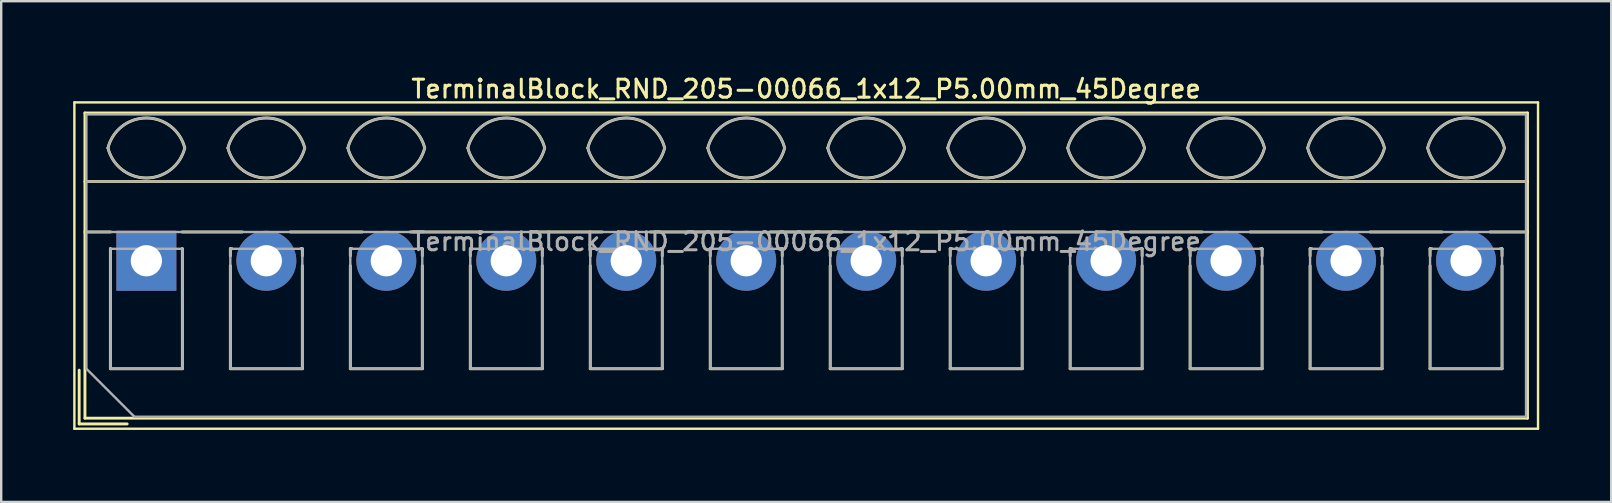
<source format=kicad_pcb>
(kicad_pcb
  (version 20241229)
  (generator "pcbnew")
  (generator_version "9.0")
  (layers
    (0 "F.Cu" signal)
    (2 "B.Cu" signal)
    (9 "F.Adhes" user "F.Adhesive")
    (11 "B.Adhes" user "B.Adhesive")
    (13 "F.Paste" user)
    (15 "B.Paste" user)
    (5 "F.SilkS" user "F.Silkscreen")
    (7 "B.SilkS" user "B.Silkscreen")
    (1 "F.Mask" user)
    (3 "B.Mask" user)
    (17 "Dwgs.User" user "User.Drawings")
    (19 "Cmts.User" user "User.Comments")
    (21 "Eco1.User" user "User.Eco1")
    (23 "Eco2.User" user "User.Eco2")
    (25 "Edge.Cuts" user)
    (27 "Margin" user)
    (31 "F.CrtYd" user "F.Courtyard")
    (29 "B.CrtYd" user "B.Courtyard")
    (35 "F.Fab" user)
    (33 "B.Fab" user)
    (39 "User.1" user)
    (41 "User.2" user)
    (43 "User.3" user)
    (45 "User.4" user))
  (footprint "TerminalBlock_RND_205-00066_1x12_P5.00mm_45Degree"
    (layer "F.Cu")
    (at 3.05 7.818)
    (property "Reference" "TerminalBlock_RND_205-00066_1x12_P5.00mm_45Degree" (at 27.5 -7.16 0) (layer "F.SilkS") (effects (font (size 0.75 0.75) (thickness 0.125))))
    (attr through_hole)
    (fp_line (start -3 -6.6) (end -3 7) (stroke (width 0.1) (type solid)) (layer "F.SilkS"))
    (fp_line (start -3 7) (end 58 7) (stroke (width 0.1) (type solid)) (layer "F.SilkS"))
    (fp_line (start -2.8 4.56) (end -2.8 6.8) (stroke (width 0.12) (type solid)) (layer "F.SilkS"))
    (fp_line (start -2.8 6.8) (end -0.8 6.8) (stroke (width 0.12) (type solid)) (layer "F.SilkS"))
    (fp_line (start -2.56 -6.16) (end -2.56 6.56) (stroke (width 0.12) (type solid)) (layer "F.SilkS"))
    (fp_line (start -2.56 -6.16) (end 57.56 -6.16) (stroke (width 0.12) (type solid)) (layer "F.SilkS"))
    (fp_line (start -2.56 -3.301) (end 57.56 -3.301) (stroke (width 0.12) (type solid)) (layer "F.SilkS"))
    (fp_line (start -2.56 -1.201) (end -1.49 -1.201) (stroke (width 0.12) (type solid)) (layer "F.SilkS"))
    (fp_line (start -2.56 6.56) (end 57.56 6.56) (stroke (width 0.12) (type solid)) (layer "F.SilkS"))
    (fp_line (start -1.5 -0.5) (end -1.5 4.5) (stroke (width 0.12) (type solid)) (layer "F.SilkS"))
    (fp_line (start -1.5 -0.5) (end -1.49 -0.5) (stroke (width 0.12) (type solid)) (layer "F.SilkS"))
    (fp_line (start -1.5 4.5) (end 1.5 4.5) (stroke (width 0.12) (type solid)) (layer "F.SilkS"))
    (fp_line (start 1.49 -1.201) (end 4 -1.201) (stroke (width 0.12) (type solid)) (layer "F.SilkS"))
    (fp_line (start 1.49 -0.5) (end 1.5 -0.5) (stroke (width 0.12) (type solid)) (layer "F.SilkS"))
    (fp_line (start 1.5 -0.5) (end 1.5 4.5) (stroke (width 0.12) (type solid)) (layer "F.SilkS"))
    (fp_line (start 3.5 -0.5) (end 3.5 -0.202) (stroke (width 0.12) (type solid)) (layer "F.SilkS"))
    (fp_line (start 3.5 -0.5) (end 3.57 -0.5) (stroke (width 0.12) (type solid)) (layer "F.SilkS"))
    (fp_line (start 3.5 0.202) (end 3.5 4.5) (stroke (width 0.12) (type solid)) (layer "F.SilkS"))
    (fp_line (start 3.5 4.5) (end 6.5 4.5) (stroke (width 0.12) (type solid)) (layer "F.SilkS"))
    (fp_line (start 6.001 -1.201) (end 9 -1.201) (stroke (width 0.12) (type solid)) (layer "F.SilkS"))
    (fp_line (start 6.431 -0.5) (end 6.5 -0.5) (stroke (width 0.12) (type solid)) (layer "F.SilkS"))
    (fp_line (start 6.5 -0.5) (end 6.5 -0.202) (stroke (width 0.12) (type solid)) (layer "F.SilkS"))
    (fp_line (start 6.5 0.202) (end 6.5 4.5) (stroke (width 0.12) (type solid)) (layer "F.SilkS"))
    (fp_line (start 8.5 -0.5) (end 8.5 -0.202) (stroke (width 0.12) (type solid)) (layer "F.SilkS"))
    (fp_line (start 8.5 -0.5) (end 8.57 -0.5) (stroke (width 0.12) (type solid)) (layer "F.SilkS"))
    (fp_line (start 8.5 0.202) (end 8.5 4.5) (stroke (width 0.12) (type solid)) (layer "F.SilkS"))
    (fp_line (start 8.5 4.5) (end 11.5 4.5) (stroke (width 0.12) (type solid)) (layer "F.SilkS"))
    (fp_line (start 11.001 -1.201) (end 14 -1.201) (stroke (width 0.12) (type solid)) (layer "F.SilkS"))
    (fp_line (start 11.431 -0.5) (end 11.5 -0.5) (stroke (width 0.12) (type solid)) (layer "F.SilkS"))
    (fp_line (start 11.5 -0.5) (end 11.5 -0.202) (stroke (width 0.12) (type solid)) (layer "F.SilkS"))
    (fp_line (start 11.5 0.202) (end 11.5 4.5) (stroke (width 0.12) (type solid)) (layer "F.SilkS"))
    (fp_line (start 13.5 -0.5) (end 13.5 -0.202) (stroke (width 0.12) (type solid)) (layer "F.SilkS"))
    (fp_line (start 13.5 -0.5) (end 13.57 -0.5) (stroke (width 0.12) (type solid)) (layer "F.SilkS"))
    (fp_line (start 13.5 0.202) (end 13.5 4.5) (stroke (width 0.12) (type solid)) (layer "F.SilkS"))
    (fp_line (start 13.5 4.5) (end 16.5 4.5) (stroke (width 0.12) (type solid)) (layer "F.SilkS"))
    (fp_line (start 16.001 -1.201) (end 19 -1.201) (stroke (width 0.12) (type solid)) (layer "F.SilkS"))
    (fp_line (start 16.431 -0.5) (end 16.5 -0.5) (stroke (width 0.12) (type solid)) (layer "F.SilkS"))
    (fp_line (start 16.5 -0.5) (end 16.5 -0.202) (stroke (width 0.12) (type solid)) (layer "F.SilkS"))
    (fp_line (start 16.5 0.202) (end 16.5 4.5) (stroke (width 0.12) (type solid)) (layer "F.SilkS"))
    (fp_line (start 18.5 -0.5) (end 18.5 -0.202) (stroke (width 0.12) (type solid)) (layer "F.SilkS"))
    (fp_line (start 18.5 -0.5) (end 18.57 -0.5) (stroke (width 0.12) (type solid)) (layer "F.SilkS"))
    (fp_line (start 18.5 0.202) (end 18.5 4.5) (stroke (width 0.12) (type solid)) (layer "F.SilkS"))
    (fp_line (start 18.5 4.5) (end 21.5 4.5) (stroke (width 0.12) (type solid)) (layer "F.SilkS"))
    (fp_line (start 21.001 -1.201) (end 24 -1.201) (stroke (width 0.12) (type solid)) (layer "F.SilkS"))
    (fp_line (start 21.431 -0.5) (end 21.5 -0.5) (stroke (width 0.12) (type solid)) (layer "F.SilkS"))
    (fp_line (start 21.5 -0.5) (end 21.5 -0.202) (stroke (width 0.12) (type solid)) (layer "F.SilkS"))
    (fp_line (start 21.5 0.202) (end 21.5 4.5) (stroke (width 0.12) (type solid)) (layer "F.SilkS"))
    (fp_line (start 23.5 -0.5) (end 23.5 -0.202) (stroke (width 0.12) (type solid)) (layer "F.SilkS"))
    (fp_line (start 23.5 -0.5) (end 23.57 -0.5) (stroke (width 0.12) (type solid)) (layer "F.SilkS"))
    (fp_line (start 23.5 0.202) (end 23.5 4.5) (stroke (width 0.12) (type solid)) (layer "F.SilkS"))
    (fp_line (start 23.5 4.5) (end 26.5 4.5) (stroke (width 0.12) (type solid)) (layer "F.SilkS"))
    (fp_line (start 26.001 -1.201) (end 29 -1.201) (stroke (width 0.12) (type solid)) (layer "F.SilkS"))
    (fp_line (start 26.431 -0.5) (end 26.5 -0.5) (stroke (width 0.12) (type solid)) (layer "F.SilkS"))
    (fp_line (start 26.5 -0.5) (end 26.5 -0.202) (stroke (width 0.12) (type solid)) (layer "F.SilkS"))
    (fp_line (start 26.5 0.202) (end 26.5 4.5) (stroke (width 0.12) (type solid)) (layer "F.SilkS"))
    (fp_line (start 28.5 -0.5) (end 28.5 -0.202) (stroke (width 0.12) (type solid)) (layer "F.SilkS"))
    (fp_line (start 28.5 -0.5) (end 28.57 -0.5) (stroke (width 0.12) (type solid)) (layer "F.SilkS"))
    (fp_line (start 28.5 0.202) (end 28.5 4.5) (stroke (width 0.12) (type solid)) (layer "F.SilkS"))
    (fp_line (start 28.5 4.5) (end 31.5 4.5) (stroke (width 0.12) (type solid)) (layer "F.SilkS"))
    (fp_line (start 31.001 -1.201) (end 34 -1.201) (stroke (width 0.12) (type solid)) (layer "F.SilkS"))
    (fp_line (start 31.431 -0.5) (end 31.5 -0.5) (stroke (width 0.12) (type solid)) (layer "F.SilkS"))
    (fp_line (start 31.5 -0.5) (end 31.5 -0.202) (stroke (width 0.12) (type solid)) (layer "F.SilkS"))
    (fp_line (start 31.5 0.202) (end 31.5 4.5) (stroke (width 0.12) (type solid)) (layer "F.SilkS"))
    (fp_line (start 33.5 -0.5) (end 33.5 -0.202) (stroke (width 0.12) (type solid)) (layer "F.SilkS"))
    (fp_line (start 33.5 -0.5) (end 33.57 -0.5) (stroke (width 0.12) (type solid)) (layer "F.SilkS"))
    (fp_line (start 33.5 0.202) (end 33.5 4.5) (stroke (width 0.12) (type solid)) (layer "F.SilkS"))
    (fp_line (start 33.5 4.5) (end 36.5 4.5) (stroke (width 0.12) (type solid)) (layer "F.SilkS"))
    (fp_line (start 36.001 -1.201) (end 39 -1.201) (stroke (width 0.12) (type solid)) (layer "F.SilkS"))
    (fp_line (start 36.431 -0.5) (end 36.5 -0.5) (stroke (width 0.12) (type solid)) (layer "F.SilkS"))
    (fp_line (start 36.5 -0.5) (end 36.5 -0.202) (stroke (width 0.12) (type solid)) (layer "F.SilkS"))
    (fp_line (start 36.5 0.202) (end 36.5 4.5) (stroke (width 0.12) (type solid)) (layer "F.SilkS"))
    (fp_line (start 38.5 -0.5) (end 38.5 -0.202) (stroke (width 0.12) (type solid)) (layer "F.SilkS"))
    (fp_line (start 38.5 -0.5) (end 38.57 -0.5) (stroke (width 0.12) (type solid)) (layer "F.SilkS"))
    (fp_line (start 38.5 0.202) (end 38.5 4.5) (stroke (width 0.12) (type solid)) (layer "F.SilkS"))
    (fp_line (start 38.5 4.5) (end 41.5 4.5) (stroke (width 0.12) (type solid)) (layer "F.SilkS"))
    (fp_line (start 41.001 -1.201) (end 44 -1.201) (stroke (width 0.12) (type solid)) (layer "F.SilkS"))
    (fp_line (start 41.431 -0.5) (end 41.5 -0.5) (stroke (width 0.12) (type solid)) (layer "F.SilkS"))
    (fp_line (start 41.5 -0.5) (end 41.5 -0.202) (stroke (width 0.12) (type solid)) (layer "F.SilkS"))
    (fp_line (start 41.5 0.202) (end 41.5 4.5) (stroke (width 0.12) (type solid)) (layer "F.SilkS"))
    (fp_line (start 43.5 -0.5) (end 43.5 -0.202) (stroke (width 0.12) (type solid)) (layer "F.SilkS"))
    (fp_line (start 43.5 -0.5) (end 43.57 -0.5) (stroke (width 0.12) (type solid)) (layer "F.SilkS"))
    (fp_line (start 43.5 0.202) (end 43.5 4.5) (stroke (width 0.12) (type solid)) (layer "F.SilkS"))
    (fp_line (start 43.5 4.5) (end 46.5 4.5) (stroke (width 0.12) (type solid)) (layer "F.SilkS"))
    (fp_line (start 46.001 -1.201) (end 49 -1.201) (stroke (width 0.12) (type solid)) (layer "F.SilkS"))
    (fp_line (start 46.431 -0.5) (end 46.5 -0.5) (stroke (width 0.12) (type solid)) (layer "F.SilkS"))
    (fp_line (start 46.5 -0.5) (end 46.5 -0.202) (stroke (width 0.12) (type solid)) (layer "F.SilkS"))
    (fp_line (start 46.5 0.202) (end 46.5 4.5) (stroke (width 0.12) (type solid)) (layer "F.SilkS"))
    (fp_line (start 48.5 -0.5) (end 48.5 -0.202) (stroke (width 0.12) (type solid)) (layer "F.SilkS"))
    (fp_line (start 48.5 -0.5) (end 48.57 -0.5) (stroke (width 0.12) (type solid)) (layer "F.SilkS"))
    (fp_line (start 48.5 0.202) (end 48.5 4.5) (stroke (width 0.12) (type solid)) (layer "F.SilkS"))
    (fp_line (start 48.5 4.5) (end 51.5 4.5) (stroke (width 0.12) (type solid)) (layer "F.SilkS"))
    (fp_line (start 51.001 -1.201) (end 54 -1.201) (stroke (width 0.12) (type solid)) (layer "F.SilkS"))
    (fp_line (start 51.431 -0.5) (end 51.5 -0.5) (stroke (width 0.12) (type solid)) (layer "F.SilkS"))
    (fp_line (start 51.5 -0.5) (end 51.5 -0.202) (stroke (width 0.12) (type solid)) (layer "F.SilkS"))
    (fp_line (start 51.5 0.202) (end 51.5 4.5) (stroke (width 0.12) (type solid)) (layer "F.SilkS"))
    (fp_line (start 53.5 -0.5) (end 53.5 -0.202) (stroke (width 0.12) (type solid)) (layer "F.SilkS"))
    (fp_line (start 53.5 -0.5) (end 53.57 -0.5) (stroke (width 0.12) (type solid)) (layer "F.SilkS"))
    (fp_line (start 53.5 0.202) (end 53.5 4.5) (stroke (width 0.12) (type solid)) (layer "F.SilkS"))
    (fp_line (start 53.5 4.5) (end 56.5 4.5) (stroke (width 0.12) (type solid)) (layer "F.SilkS"))
    (fp_line (start 56.001 -1.201) (end 57.56 -1.201) (stroke (width 0.12) (type solid)) (layer "F.SilkS"))
    (fp_line (start 56.431 -0.5) (end 56.5 -0.5) (stroke (width 0.12) (type solid)) (layer "F.SilkS"))
    (fp_line (start 56.5 -0.5) (end 56.5 -0.202) (stroke (width 0.12) (type solid)) (layer "F.SilkS"))
    (fp_line (start 56.5 0.202) (end 56.5 4.5) (stroke (width 0.12) (type solid)) (layer "F.SilkS"))
    (fp_line (start 57.56 -6.16) (end 57.56 6.56) (stroke (width 0.12) (type solid)) (layer "F.SilkS"))
    (fp_line (start 58 -6.6) (end -3 -6.6) (stroke (width 0.1) (type solid)) (layer "F.SilkS"))
    (fp_line (start 58 7) (end 58 -6.6) (stroke (width 0.1) (type solid)) (layer "F.SilkS"))
    (fp_arc (start -1.600914 -4.700344) (mid 0.000177 -5.95097) (end 1.601 -4.7) (stroke (width 0.12) (type solid)) (layer "F.SilkS"))
    (fp_arc (start 1.6 -4.7) (mid -0.000064 -3.45) (end -1.600031 -4.700125) (stroke (width 0.12) (type solid)) (layer "F.SilkS"))
    (fp_arc (start 3.399086 -4.700344) (mid 5.000177 -5.95097) (end 6.601 -4.7) (stroke (width 0.12) (type solid)) (layer "F.SilkS"))
    (fp_arc (start 6.6 -4.7) (mid 4.999936 -3.45) (end 3.399969 -4.700125) (stroke (width 0.12) (type solid)) (layer "F.SilkS"))
    (fp_arc (start 8.399086 -4.700344) (mid 10.000177 -5.95097) (end 11.601 -4.7) (stroke (width 0.12) (type solid)) (layer "F.SilkS"))
    (fp_arc (start 11.6 -4.7) (mid 9.999936 -3.45) (end 8.399969 -4.700125) (stroke (width 0.12) (type solid)) (layer "F.SilkS"))
    (fp_arc (start 13.399086 -4.700344) (mid 15.000177 -5.95097) (end 16.601 -4.7) (stroke (width 0.12) (type solid)) (layer "F.SilkS"))
    (fp_arc (start 16.6 -4.7) (mid 14.999936 -3.45) (end 13.399969 -4.700125) (stroke (width 0.12) (type solid)) (layer "F.SilkS"))
    (fp_arc (start 18.399086 -4.700344) (mid 20.000177 -5.95097) (end 21.601 -4.7) (stroke (width 0.12) (type solid)) (layer "F.SilkS"))
    (fp_arc (start 21.6 -4.7) (mid 19.999936 -3.45) (end 18.399969 -4.700125) (stroke (width 0.12) (type solid)) (layer "F.SilkS"))
    (fp_arc (start 23.399086 -4.700344) (mid 25.000177 -5.95097) (end 26.601 -4.7) (stroke (width 0.12) (type solid)) (layer "F.SilkS"))
    (fp_arc (start 26.6 -4.7) (mid 24.999936 -3.45) (end 23.399969 -4.700125) (stroke (width 0.12) (type solid)) (layer "F.SilkS"))
    (fp_arc (start 28.399086 -4.700344) (mid 30.000177 -5.95097) (end 31.601 -4.7) (stroke (width 0.12) (type solid)) (layer "F.SilkS"))
    (fp_arc (start 31.6 -4.7) (mid 29.999936 -3.45) (end 28.399969 -4.700125) (stroke (width 0.12) (type solid)) (layer "F.SilkS"))
    (fp_arc (start 33.399086 -4.700344) (mid 35.000177 -5.95097) (end 36.601 -4.7) (stroke (width 0.12) (type solid)) (layer "F.SilkS"))
    (fp_arc (start 36.6 -4.7) (mid 34.999936 -3.45) (end 33.399969 -4.700125) (stroke (width 0.12) (type solid)) (layer "F.SilkS"))
    (fp_arc (start 38.399086 -4.700344) (mid 40.000177 -5.95097) (end 41.601 -4.7) (stroke (width 0.12) (type solid)) (layer "F.SilkS"))
    (fp_arc (start 41.6 -4.7) (mid 39.999936 -3.45) (end 38.399969 -4.700125) (stroke (width 0.12) (type solid)) (layer "F.SilkS"))
    (fp_arc (start 43.399086 -4.700344) (mid 45.000177 -5.95097) (end 46.601 -4.7) (stroke (width 0.12) (type solid)) (layer "F.SilkS"))
    (fp_arc (start 46.6 -4.7) (mid 44.999936 -3.45) (end 43.399969 -4.700125) (stroke (width 0.12) (type solid)) (layer "F.SilkS"))
    (fp_arc (start 48.399086 -4.700344) (mid 50.000177 -5.95097) (end 51.601 -4.7) (stroke (width 0.12) (type solid)) (layer "F.SilkS"))
    (fp_arc (start 51.6 -4.7) (mid 49.999936 -3.45) (end 48.399969 -4.700125) (stroke (width 0.12) (type solid)) (layer "F.SilkS"))
    (fp_arc (start 53.399086 -4.700344) (mid 55.000177 -5.95097) (end 56.601 -4.7) (stroke (width 0.12) (type solid)) (layer "F.SilkS"))
    (fp_arc (start 56.6 -4.7) (mid 54.999936 -3.45) (end 53.399969 -4.700125) (stroke (width 0.12) (type solid)) (layer "F.SilkS"))
    (fp_line (start -2.5 -6.1) (end 57.5 -6.1) (stroke (width 0.1) (type solid)) (layer "F.Fab"))
    (fp_line (start -2.5 -3.3) (end 57.5 -3.3) (stroke (width 0.1) (type solid)) (layer "F.Fab"))
    (fp_line (start -2.5 -1.2) (end 57.5 -1.2) (stroke (width 0.1) (type solid)) (layer "F.Fab"))
    (fp_line (start -2.5 4.5) (end -2.5 -6.1) (stroke (width 0.1) (type solid)) (layer "F.Fab"))
    (fp_line (start -1.5 -0.5) (end -1.5 4.5) (stroke (width 0.1) (type solid)) (layer "F.Fab"))
    (fp_line (start -1.5 4.5) (end 1.5 4.5) (stroke (width 0.1) (type solid)) (layer "F.Fab"))
    (fp_line (start -0.5 6.5) (end -2.5 4.5) (stroke (width 0.1) (type solid)) (layer "F.Fab"))
    (fp_line (start 1.5 -0.5) (end -1.5 -0.5) (stroke (width 0.1) (type solid)) (layer "F.Fab"))
    (fp_line (start 1.5 4.5) (end 1.5 -0.5) (stroke (width 0.1) (type solid)) (layer "F.Fab"))
    (fp_line (start 3.5 -0.5) (end 3.5 4.5) (stroke (width 0.1) (type solid)) (layer "F.Fab"))
    (fp_line (start 3.5 4.5) (end 6.5 4.5) (stroke (width 0.1) (type solid)) (layer "F.Fab"))
    (fp_line (start 6.5 -0.5) (end 3.5 -0.5) (stroke (width 0.1) (type solid)) (layer "F.Fab"))
    (fp_line (start 6.5 4.5) (end 6.5 -0.5) (stroke (width 0.1) (type solid)) (layer "F.Fab"))
    (fp_line (start 8.5 -0.5) (end 8.5 4.5) (stroke (width 0.1) (type solid)) (layer "F.Fab"))
    (fp_line (start 8.5 4.5) (end 11.5 4.5) (stroke (width 0.1) (type solid)) (layer "F.Fab"))
    (fp_line (start 11.5 -0.5) (end 8.5 -0.5) (stroke (width 0.1) (type solid)) (layer "F.Fab"))
    (fp_line (start 11.5 4.5) (end 11.5 -0.5) (stroke (width 0.1) (type solid)) (layer "F.Fab"))
    (fp_line (start 13.5 -0.5) (end 13.5 4.5) (stroke (width 0.1) (type solid)) (layer "F.Fab"))
    (fp_line (start 13.5 4.5) (end 16.5 4.5) (stroke (width 0.1) (type solid)) (layer "F.Fab"))
    (fp_line (start 16.5 -0.5) (end 13.5 -0.5) (stroke (width 0.1) (type solid)) (layer "F.Fab"))
    (fp_line (start 16.5 4.5) (end 16.5 -0.5) (stroke (width 0.1) (type solid)) (layer "F.Fab"))
    (fp_line (start 18.5 -0.5) (end 18.5 4.5) (stroke (width 0.1) (type solid)) (layer "F.Fab"))
    (fp_line (start 18.5 4.5) (end 21.5 4.5) (stroke (width 0.1) (type solid)) (layer "F.Fab"))
    (fp_line (start 21.5 -0.5) (end 18.5 -0.5) (stroke (width 0.1) (type solid)) (layer "F.Fab"))
    (fp_line (start 21.5 4.5) (end 21.5 -0.5) (stroke (width 0.1) (type solid)) (layer "F.Fab"))
    (fp_line (start 23.5 -0.5) (end 23.5 4.5) (stroke (width 0.1) (type solid)) (layer "F.Fab"))
    (fp_line (start 23.5 4.5) (end 26.5 4.5) (stroke (width 0.1) (type solid)) (layer "F.Fab"))
    (fp_line (start 26.5 -0.5) (end 23.5 -0.5) (stroke (width 0.1) (type solid)) (layer "F.Fab"))
    (fp_line (start 26.5 4.5) (end 26.5 -0.5) (stroke (width 0.1) (type solid)) (layer "F.Fab"))
    (fp_line (start 28.5 -0.5) (end 28.5 4.5) (stroke (width 0.1) (type solid)) (layer "F.Fab"))
    (fp_line (start 28.5 4.5) (end 31.5 4.5) (stroke (width 0.1) (type solid)) (layer "F.Fab"))
    (fp_line (start 31.5 -0.5) (end 28.5 -0.5) (stroke (width 0.1) (type solid)) (layer "F.Fab"))
    (fp_line (start 31.5 4.5) (end 31.5 -0.5) (stroke (width 0.1) (type solid)) (layer "F.Fab"))
    (fp_line (start 33.5 -0.5) (end 33.5 4.5) (stroke (width 0.1) (type solid)) (layer "F.Fab"))
    (fp_line (start 33.5 4.5) (end 36.5 4.5) (stroke (width 0.1) (type solid)) (layer "F.Fab"))
    (fp_line (start 36.5 -0.5) (end 33.5 -0.5) (stroke (width 0.1) (type solid)) (layer "F.Fab"))
    (fp_line (start 36.5 4.5) (end 36.5 -0.5) (stroke (width 0.1) (type solid)) (layer "F.Fab"))
    (fp_line (start 38.5 -0.5) (end 38.5 4.5) (stroke (width 0.1) (type solid)) (layer "F.Fab"))
    (fp_line (start 38.5 4.5) (end 41.5 4.5) (stroke (width 0.1) (type solid)) (layer "F.Fab"))
    (fp_line (start 41.5 -0.5) (end 38.5 -0.5) (stroke (width 0.1) (type solid)) (layer "F.Fab"))
    (fp_line (start 41.5 4.5) (end 41.5 -0.5) (stroke (width 0.1) (type solid)) (layer "F.Fab"))
    (fp_line (start 43.5 -0.5) (end 43.5 4.5) (stroke (width 0.1) (type solid)) (layer "F.Fab"))
    (fp_line (start 43.5 4.5) (end 46.5 4.5) (stroke (width 0.1) (type solid)) (layer "F.Fab"))
    (fp_line (start 46.5 -0.5) (end 43.5 -0.5) (stroke (width 0.1) (type solid)) (layer "F.Fab"))
    (fp_line (start 46.5 4.5) (end 46.5 -0.5) (stroke (width 0.1) (type solid)) (layer "F.Fab"))
    (fp_line (start 48.5 -0.5) (end 48.5 4.5) (stroke (width 0.1) (type solid)) (layer "F.Fab"))
    (fp_line (start 48.5 4.5) (end 51.5 4.5) (stroke (width 0.1) (type solid)) (layer "F.Fab"))
    (fp_line (start 51.5 -0.5) (end 48.5 -0.5) (stroke (width 0.1) (type solid)) (layer "F.Fab"))
    (fp_line (start 51.5 4.5) (end 51.5 -0.5) (stroke (width 0.1) (type solid)) (layer "F.Fab"))
    (fp_line (start 53.5 -0.5) (end 53.5 4.5) (stroke (width 0.1) (type solid)) (layer "F.Fab"))
    (fp_line (start 53.5 4.5) (end 56.5 4.5) (stroke (width 0.1) (type solid)) (layer "F.Fab"))
    (fp_line (start 56.5 -0.5) (end 53.5 -0.5) (stroke (width 0.1) (type solid)) (layer "F.Fab"))
    (fp_line (start 56.5 4.5) (end 56.5 -0.5) (stroke (width 0.1) (type solid)) (layer "F.Fab"))
    (fp_line (start 57.5 -6.1) (end 57.5 6.5) (stroke (width 0.1) (type solid)) (layer "F.Fab"))
    (fp_line (start 57.5 6.5) (end -0.5 6.5) (stroke (width 0.1) (type solid)) (layer "F.Fab"))
    (fp_arc (start -1.600914 -4.700344) (mid 0.000177 -5.95097) (end 1.601 -4.7) (stroke (width 0.1) (type solid)) (layer "F.Fab"))
    (fp_arc (start 1.6 -4.7) (mid -0.000064 -3.45) (end -1.600031 -4.700125) (stroke (width 0.1) (type solid)) (layer "F.Fab"))
    (fp_arc (start 3.399086 -4.700344) (mid 5.000177 -5.95097) (end 6.601 -4.7) (stroke (width 0.1) (type solid)) (layer "F.Fab"))
    (fp_arc (start 6.6 -4.7) (mid 4.999936 -3.45) (end 3.399969 -4.700125) (stroke (width 0.1) (type solid)) (layer "F.Fab"))
    (fp_arc (start 8.399086 -4.700344) (mid 10.000177 -5.95097) (end 11.601 -4.7) (stroke (width 0.1) (type solid)) (layer "F.Fab"))
    (fp_arc (start 11.6 -4.7) (mid 9.999936 -3.45) (end 8.399969 -4.700125) (stroke (width 0.1) (type solid)) (layer "F.Fab"))
    (fp_arc (start 13.399086 -4.700344) (mid 15.000177 -5.95097) (end 16.601 -4.7) (stroke (width 0.1) (type solid)) (layer "F.Fab"))
    (fp_arc (start 16.6 -4.7) (mid 14.999936 -3.45) (end 13.399969 -4.700125) (stroke (width 0.1) (type solid)) (layer "F.Fab"))
    (fp_arc (start 18.399086 -4.700344) (mid 20.000177 -5.95097) (end 21.601 -4.7) (stroke (width 0.1) (type solid)) (layer "F.Fab"))
    (fp_arc (start 21.6 -4.7) (mid 19.999936 -3.45) (end 18.399969 -4.700125) (stroke (width 0.1) (type solid)) (layer "F.Fab"))
    (fp_arc (start 23.399086 -4.700344) (mid 25.000177 -5.95097) (end 26.601 -4.7) (stroke (width 0.1) (type solid)) (layer "F.Fab"))
    (fp_arc (start 26.6 -4.7) (mid 24.999936 -3.45) (end 23.399969 -4.700125) (stroke (width 0.1) (type solid)) (layer "F.Fab"))
    (fp_arc (start 28.399086 -4.700344) (mid 30.000177 -5.95097) (end 31.601 -4.7) (stroke (width 0.1) (type solid)) (layer "F.Fab"))
    (fp_arc (start 31.6 -4.7) (mid 29.999936 -3.45) (end 28.399969 -4.700125) (stroke (width 0.1) (type solid)) (layer "F.Fab"))
    (fp_arc (start 33.399086 -4.700344) (mid 35.000177 -5.95097) (end 36.601 -4.7) (stroke (width 0.1) (type solid)) (layer "F.Fab"))
    (fp_arc (start 36.6 -4.7) (mid 34.999936 -3.45) (end 33.399969 -4.700125) (stroke (width 0.1) (type solid)) (layer "F.Fab"))
    (fp_arc (start 38.399086 -4.700344) (mid 40.000177 -5.95097) (end 41.601 -4.7) (stroke (width 0.1) (type solid)) (layer "F.Fab"))
    (fp_arc (start 41.6 -4.7) (mid 39.999936 -3.45) (end 38.399969 -4.700125) (stroke (width 0.1) (type solid)) (layer "F.Fab"))
    (fp_arc (start 43.399086 -4.700344) (mid 45.000177 -5.95097) (end 46.601 -4.7) (stroke (width 0.1) (type solid)) (layer "F.Fab"))
    (fp_arc (start 46.6 -4.7) (mid 44.999936 -3.45) (end 43.399969 -4.700125) (stroke (width 0.1) (type solid)) (layer "F.Fab"))
    (fp_arc (start 48.399086 -4.700344) (mid 50.000177 -5.95097) (end 51.601 -4.7) (stroke (width 0.1) (type solid)) (layer "F.Fab"))
    (fp_arc (start 51.6 -4.7) (mid 49.999936 -3.45) (end 48.399969 -4.700125) (stroke (width 0.1) (type solid)) (layer "F.Fab"))
    (fp_arc (start 53.399086 -4.700344) (mid 55.000177 -5.95097) (end 56.601 -4.7) (stroke (width 0.1) (type solid)) (layer "F.Fab"))
    (fp_arc (start 56.6 -4.7) (mid 54.999936 -3.45) (end 53.399969 -4.700125) (stroke (width 0.1) (type solid)) (layer "F.Fab"))
    (fp_text user "${REFERENCE}" (at 27.5 -0.8 0) (layer "F.Fab") (effects (font (size 0.75 0.75) (thickness 0.125))))
    (pad "1" thru_hole rect (at 0 0) (size 2.5 2.5) (drill 1.3) (layers "*.Cu" "*.Mask"))
    (pad "2" thru_hole circle (at 5 0) (size 2.5 2.5) (drill 1.3) (layers "*.Cu" "*.Mask"))
    (pad "3" thru_hole circle (at 10 0) (size 2.5 2.5) (drill 1.3) (layers "*.Cu" "*.Mask"))
    (pad "4" thru_hole circle (at 15 0) (size 2.5 2.5) (drill 1.3) (layers "*.Cu" "*.Mask"))
    (pad "5" thru_hole circle (at 20 0) (size 2.5 2.5) (drill 1.3) (layers "*.Cu" "*.Mask"))
    (pad "6" thru_hole circle (at 25 0) (size 2.5 2.5) (drill 1.3) (layers "*.Cu" "*.Mask"))
    (pad "7" thru_hole circle (at 30 0) (size 2.5 2.5) (drill 1.3) (layers "*.Cu" "*.Mask"))
    (pad "8" thru_hole circle (at 35 0) (size 2.5 2.5) (drill 1.3) (layers "*.Cu" "*.Mask"))
    (pad "9" thru_hole circle (at 40 0) (size 2.5 2.5) (drill 1.3) (layers "*.Cu" "*.Mask"))
    (pad "10" thru_hole circle (at 45 0) (size 2.5 2.5) (drill 1.3) (layers "*.Cu" "*.Mask"))
    (pad "11" thru_hole circle (at 50 0) (size 2.5 2.5) (drill 1.3) (layers "*.Cu" "*.Mask"))
    (pad "12" thru_hole circle (at 55 0) (size 2.5 2.5) (drill 1.3) (layers "*.Cu" "*.Mask")))
  (gr_rect
    (start -3 -3)
    (end 64.1 17.868)
    (stroke (width 0.1) (type default))
    (fill no)
    (layer "Edge.Cuts")))
</source>
